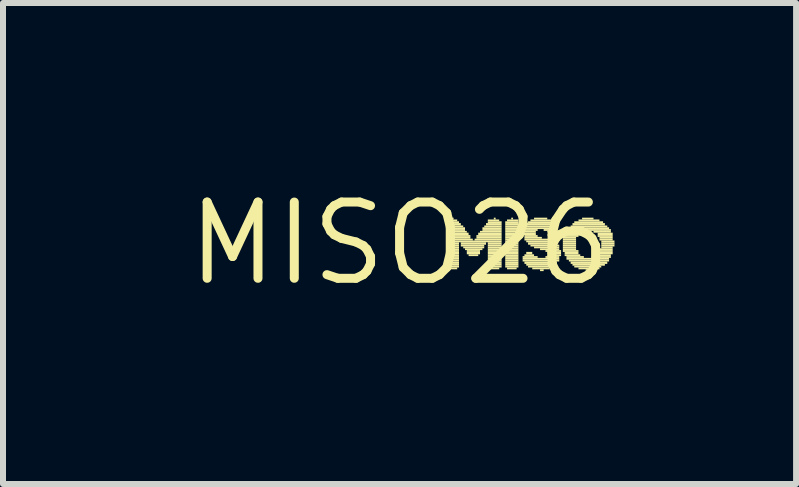
<source format=kicad_pcb>
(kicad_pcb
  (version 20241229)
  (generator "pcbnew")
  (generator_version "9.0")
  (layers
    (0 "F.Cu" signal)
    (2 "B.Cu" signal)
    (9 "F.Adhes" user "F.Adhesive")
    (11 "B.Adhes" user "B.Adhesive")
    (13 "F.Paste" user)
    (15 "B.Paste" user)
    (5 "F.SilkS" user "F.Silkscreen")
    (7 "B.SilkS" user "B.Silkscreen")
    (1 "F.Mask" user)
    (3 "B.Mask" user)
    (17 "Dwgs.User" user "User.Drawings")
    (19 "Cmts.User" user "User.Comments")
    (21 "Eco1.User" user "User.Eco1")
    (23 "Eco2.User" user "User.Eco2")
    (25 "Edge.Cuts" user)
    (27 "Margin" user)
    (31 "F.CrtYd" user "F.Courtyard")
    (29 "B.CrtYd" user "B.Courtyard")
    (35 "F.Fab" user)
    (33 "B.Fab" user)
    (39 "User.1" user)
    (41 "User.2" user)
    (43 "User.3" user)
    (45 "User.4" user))
  (footprint "MISO26"
    (layer "F.Cu")
    (at 3.606 1.006)
    (property "Reference" "MISO26" (at 0 0 0) (layer "F.SilkS") (effects (font (size 1.27 1.27) (thickness 0.15))))
    (fp_poly (pts (xy 0.77 -0.34) (xy 0.99 -0.34) (xy 0.99 -0.37) (xy 0.77 -0.37)) (stroke (width 0) (type default)) (fill yes) (layer "F.SilkS"))
    (fp_poly (pts (xy 0.77 -0.3) (xy 1.02 -0.3) (xy 1.02 -0.34) (xy 0.77 -0.34)) (stroke (width 0) (type default)) (fill yes) (layer "F.SilkS"))
    (fp_poly (pts (xy 0.77 -0.27) (xy 1.06 -0.27) (xy 1.06 -0.3) (xy 0.77 -0.3)) (stroke (width 0) (type default)) (fill yes) (layer "F.SilkS"))
    (fp_poly (pts (xy 0.77 -0.24) (xy 1.09 -0.24) (xy 1.09 -0.27) (xy 0.77 -0.27)) (stroke (width 0) (type default)) (fill yes) (layer "F.SilkS"))
    (fp_poly (pts (xy 0.77 -0.21) (xy 1.09 -0.21) (xy 1.09 -0.24) (xy 0.77 -0.24)) (stroke (width 0) (type default)) (fill yes) (layer "F.SilkS"))
    (fp_poly (pts (xy 0.77 -0.18) (xy 1.12 -0.18) (xy 1.12 -0.21) (xy 0.77 -0.21)) (stroke (width 0) (type default)) (fill yes) (layer "F.SilkS"))
    (fp_poly (pts (xy 0.77 -0.14) (xy 1.15 -0.14) (xy 1.15 -0.18) (xy 0.77 -0.18)) (stroke (width 0) (type default)) (fill yes) (layer "F.SilkS"))
    (fp_poly (pts (xy 0.77 -0.11) (xy 1.18 -0.11) (xy 1.18 -0.14) (xy 0.77 -0.14)) (stroke (width 0) (type default)) (fill yes) (layer "F.SilkS"))
    (fp_poly (pts (xy 0.77 -0.08) (xy 1.18 -0.08) (xy 1.18 -0.11) (xy 0.77 -0.11)) (stroke (width 0) (type default)) (fill yes) (layer "F.SilkS"))
    (fp_poly (pts (xy 0.77 -0.05) (xy 1.22 -0.05) (xy 1.22 -0.08) (xy 0.77 -0.08)) (stroke (width 0) (type default)) (fill yes) (layer "F.SilkS"))
    (fp_poly (pts (xy 0.77 -0.02) (xy 1.7 -0.02) (xy 1.7 -0.05) (xy 0.77 -0.05)) (stroke (width 0) (type default)) (fill yes) (layer "F.SilkS"))
    (fp_poly (pts (xy 0.77 0.02) (xy 0.99 0.02) (xy 0.99 -0.02) (xy 0.77 -0.02)) (stroke (width 0) (type default)) (fill yes) (layer "F.SilkS"))
    (fp_poly (pts (xy 0.77 0.05) (xy 0.99 0.05) (xy 0.99 0.02) (xy 0.77 0.02)) (stroke (width 0) (type default)) (fill yes) (layer "F.SilkS"))
    (fp_poly (pts (xy 0.77 0.08) (xy 0.99 0.08) (xy 0.99 0.05) (xy 0.77 0.05)) (stroke (width 0) (type default)) (fill yes) (layer "F.SilkS"))
    (fp_poly (pts (xy 0.77 0.11) (xy 0.99 0.11) (xy 0.99 0.08) (xy 0.77 0.08)) (stroke (width 0) (type default)) (fill yes) (layer "F.SilkS"))
    (fp_poly (pts (xy 0.77 0.14) (xy 0.99 0.14) (xy 0.99 0.11) (xy 0.77 0.11)) (stroke (width 0) (type default)) (fill yes) (layer "F.SilkS"))
    (fp_poly (pts (xy 0.77 0.18) (xy 0.99 0.18) (xy 0.99 0.14) (xy 0.77 0.14)) (stroke (width 0) (type default)) (fill yes) (layer "F.SilkS"))
    (fp_poly (pts (xy 0.77 0.21) (xy 0.99 0.21) (xy 0.99 0.18) (xy 0.77 0.18)) (stroke (width 0) (type default)) (fill yes) (layer "F.SilkS"))
    (fp_poly (pts (xy 0.77 0.24) (xy 0.99 0.24) (xy 0.99 0.21) (xy 0.77 0.21)) (stroke (width 0) (type default)) (fill yes) (layer "F.SilkS"))
    (fp_poly (pts (xy 0.77 0.27) (xy 0.99 0.27) (xy 0.99 0.24) (xy 0.77 0.24)) (stroke (width 0) (type default)) (fill yes) (layer "F.SilkS"))
    (fp_poly (pts (xy 0.77 0.3) (xy 0.99 0.3) (xy 0.99 0.27) (xy 0.77 0.27)) (stroke (width 0) (type default)) (fill yes) (layer "F.SilkS"))
    (fp_poly (pts (xy 0.77 0.34) (xy 0.99 0.34) (xy 0.99 0.3) (xy 0.77 0.3)) (stroke (width 0) (type default)) (fill yes) (layer "F.SilkS"))
    (fp_poly (pts (xy 0.77 0.37) (xy 0.99 0.37) (xy 0.99 0.34) (xy 0.77 0.34)) (stroke (width 0) (type default)) (fill yes) (layer "F.SilkS"))
    (fp_poly (pts (xy 0.77 0.4) (xy 0.99 0.4) (xy 0.99 0.37) (xy 0.77 0.37)) (stroke (width 0) (type default)) (fill yes) (layer "F.SilkS"))
    (fp_poly (pts (xy 0.8 -0.37) (xy 0.96 -0.37) (xy 0.96 -0.4) (xy 0.8 -0.4)) (stroke (width 0) (type default)) (fill yes) (layer "F.SilkS"))
    (fp_poly (pts (xy 0.8 0.43) (xy 0.96 0.43) (xy 0.96 0.4) (xy 0.8 0.4)) (stroke (width 0) (type default)) (fill yes) (layer "F.SilkS"))
    (fp_poly (pts (xy 0.86 -0.4) (xy 0.9 -0.4) (xy 0.9 -0.43) (xy 0.86 -0.43)) (stroke (width 0) (type default)) (fill yes) (layer "F.SilkS"))
    (fp_poly (pts (xy 1.02 0.02) (xy 1.44 0.02) (xy 1.44 -0.02) (xy 1.02 -0.02)) (stroke (width 0) (type default)) (fill yes) (layer "F.SilkS"))
    (fp_poly (pts (xy 1.02 0.05) (xy 1.41 0.05) (xy 1.41 0.02) (xy 1.02 0.02)) (stroke (width 0) (type default)) (fill yes) (layer "F.SilkS"))
    (fp_poly (pts (xy 1.06 0.08) (xy 1.41 0.08) (xy 1.41 0.05) (xy 1.06 0.05)) (stroke (width 0) (type default)) (fill yes) (layer "F.SilkS"))
    (fp_poly (pts (xy 1.09 0.11) (xy 1.38 0.11) (xy 1.38 0.08) (xy 1.09 0.08)) (stroke (width 0) (type default)) (fill yes) (layer "F.SilkS"))
    (fp_poly (pts (xy 1.12 0.14) (xy 1.34 0.14) (xy 1.34 0.11) (xy 1.12 0.11)) (stroke (width 0) (type default)) (fill yes) (layer "F.SilkS"))
    (fp_poly (pts (xy 1.12 0.18) (xy 1.34 0.18) (xy 1.34 0.14) (xy 1.12 0.14)) (stroke (width 0) (type default)) (fill yes) (layer "F.SilkS"))
    (fp_poly (pts (xy 1.15 0.21) (xy 1.31 0.21) (xy 1.31 0.18) (xy 1.15 0.18)) (stroke (width 0) (type default)) (fill yes) (layer "F.SilkS"))
    (fp_poly (pts (xy 1.25 -0.05) (xy 1.7 -0.05) (xy 1.7 -0.08) (xy 1.25 -0.08)) (stroke (width 0) (type default)) (fill yes) (layer "F.SilkS"))
    (fp_poly (pts (xy 1.28 -0.11) (xy 1.7 -0.11) (xy 1.7 -0.14) (xy 1.28 -0.14)) (stroke (width 0) (type default)) (fill yes) (layer "F.SilkS"))
    (fp_poly (pts (xy 1.28 -0.08) (xy 1.7 -0.08) (xy 1.7 -0.11) (xy 1.28 -0.11)) (stroke (width 0) (type default)) (fill yes) (layer "F.SilkS"))
    (fp_poly (pts (xy 1.31 -0.14) (xy 1.7 -0.14) (xy 1.7 -0.18) (xy 1.31 -0.18)) (stroke (width 0) (type default)) (fill yes) (layer "F.SilkS"))
    (fp_poly (pts (xy 1.34 -0.18) (xy 1.7 -0.18) (xy 1.7 -0.21) (xy 1.34 -0.21)) (stroke (width 0) (type default)) (fill yes) (layer "F.SilkS"))
    (fp_poly (pts (xy 1.38 -0.24) (xy 1.7 -0.24) (xy 1.7 -0.27) (xy 1.38 -0.27)) (stroke (width 0) (type default)) (fill yes) (layer "F.SilkS"))
    (fp_poly (pts (xy 1.38 -0.21) (xy 1.7 -0.21) (xy 1.7 -0.24) (xy 1.38 -0.24)) (stroke (width 0) (type default)) (fill yes) (layer "F.SilkS"))
    (fp_poly (pts (xy 1.41 -0.27) (xy 1.7 -0.27) (xy 1.7 -0.3) (xy 1.41 -0.3)) (stroke (width 0) (type default)) (fill yes) (layer "F.SilkS"))
    (fp_poly (pts (xy 1.44 -0.3) (xy 1.7 -0.3) (xy 1.7 -0.34) (xy 1.44 -0.34)) (stroke (width 0) (type default)) (fill yes) (layer "F.SilkS"))
    (fp_poly (pts (xy 1.47 -0.37) (xy 1.66 -0.37) (xy 1.66 -0.4) (xy 1.47 -0.4)) (stroke (width 0) (type default)) (fill yes) (layer "F.SilkS"))
    (fp_poly (pts (xy 1.47 -0.34) (xy 1.7 -0.34) (xy 1.7 -0.37) (xy 1.47 -0.37)) (stroke (width 0) (type default)) (fill yes) (layer "F.SilkS"))
    (fp_poly (pts (xy 1.47 0.02) (xy 1.7 0.02) (xy 1.7 -0.02) (xy 1.47 -0.02)) (stroke (width 0) (type default)) (fill yes) (layer "F.SilkS"))
    (fp_poly (pts (xy 1.47 0.05) (xy 1.7 0.05) (xy 1.7 0.02) (xy 1.47 0.02)) (stroke (width 0) (type default)) (fill yes) (layer "F.SilkS"))
    (fp_poly (pts (xy 1.47 0.08) (xy 1.7 0.08) (xy 1.7 0.05) (xy 1.47 0.05)) (stroke (width 0) (type default)) (fill yes) (layer "F.SilkS"))
    (fp_poly (pts (xy 1.47 0.11) (xy 1.7 0.11) (xy 1.7 0.08) (xy 1.47 0.08)) (stroke (width 0) (type default)) (fill yes) (layer "F.SilkS"))
    (fp_poly (pts (xy 1.47 0.14) (xy 1.7 0.14) (xy 1.7 0.11) (xy 1.47 0.11)) (stroke (width 0) (type default)) (fill yes) (layer "F.SilkS"))
    (fp_poly (pts (xy 1.47 0.18) (xy 1.7 0.18) (xy 1.7 0.14) (xy 1.47 0.14)) (stroke (width 0) (type default)) (fill yes) (layer "F.SilkS"))
    (fp_poly (pts (xy 1.47 0.21) (xy 1.7 0.21) (xy 1.7 0.18) (xy 1.47 0.18)) (stroke (width 0) (type default)) (fill yes) (layer "F.SilkS"))
    (fp_poly (pts (xy 1.47 0.24) (xy 1.7 0.24) (xy 1.7 0.21) (xy 1.47 0.21)) (stroke (width 0) (type default)) (fill yes) (layer "F.SilkS"))
    (fp_poly (pts (xy 1.47 0.27) (xy 1.7 0.27) (xy 1.7 0.24) (xy 1.47 0.24)) (stroke (width 0) (type default)) (fill yes) (layer "F.SilkS"))
    (fp_poly (pts (xy 1.47 0.3) (xy 1.7 0.3) (xy 1.7 0.27) (xy 1.47 0.27)) (stroke (width 0) (type default)) (fill yes) (layer "F.SilkS"))
    (fp_poly (pts (xy 1.47 0.34) (xy 1.7 0.34) (xy 1.7 0.3) (xy 1.47 0.3)) (stroke (width 0) (type default)) (fill yes) (layer "F.SilkS"))
    (fp_poly (pts (xy 1.47 0.37) (xy 1.7 0.37) (xy 1.7 0.34) (xy 1.47 0.34)) (stroke (width 0) (type default)) (fill yes) (layer "F.SilkS"))
    (fp_poly (pts (xy 1.47 0.4) (xy 1.7 0.4) (xy 1.7 0.37) (xy 1.47 0.37)) (stroke (width 0) (type default)) (fill yes) (layer "F.SilkS"))
    (fp_poly (pts (xy 1.5 0.43) (xy 1.66 0.43) (xy 1.66 0.4) (xy 1.5 0.4)) (stroke (width 0) (type default)) (fill yes) (layer "F.SilkS"))
    (fp_poly (pts (xy 1.57 -0.4) (xy 1.6 -0.4) (xy 1.6 -0.43) (xy 1.57 -0.43)) (stroke (width 0) (type default)) (fill yes) (layer "F.SilkS"))
    (fp_poly (pts (xy 1.76 -0.34) (xy 1.98 -0.34) (xy 1.98 -0.37) (xy 1.76 -0.37)) (stroke (width 0) (type default)) (fill yes) (layer "F.SilkS"))
    (fp_poly (pts (xy 1.76 -0.3) (xy 1.98 -0.3) (xy 1.98 -0.34) (xy 1.76 -0.34)) (stroke (width 0) (type default)) (fill yes) (layer "F.SilkS"))
    (fp_poly (pts (xy 1.76 -0.27) (xy 1.98 -0.27) (xy 1.98 -0.3) (xy 1.76 -0.3)) (stroke (width 0) (type default)) (fill yes) (layer "F.SilkS"))
    (fp_poly (pts (xy 1.76 -0.24) (xy 1.98 -0.24) (xy 1.98 -0.27) (xy 1.76 -0.27)) (stroke (width 0) (type default)) (fill yes) (layer "F.SilkS"))
    (fp_poly (pts (xy 1.76 -0.21) (xy 1.98 -0.21) (xy 1.98 -0.24) (xy 1.76 -0.24)) (stroke (width 0) (type default)) (fill yes) (layer "F.SilkS"))
    (fp_poly (pts (xy 1.76 -0.18) (xy 1.98 -0.18) (xy 1.98 -0.21) (xy 1.76 -0.21)) (stroke (width 0) (type default)) (fill yes) (layer "F.SilkS"))
    (fp_poly (pts (xy 1.76 -0.14) (xy 1.98 -0.14) (xy 1.98 -0.18) (xy 1.76 -0.18)) (stroke (width 0) (type default)) (fill yes) (layer "F.SilkS"))
    (fp_poly (pts (xy 1.76 -0.11) (xy 1.98 -0.11) (xy 1.98 -0.14) (xy 1.76 -0.14)) (stroke (width 0) (type default)) (fill yes) (layer "F.SilkS"))
    (fp_poly (pts (xy 1.76 -0.08) (xy 1.98 -0.08) (xy 1.98 -0.11) (xy 1.76 -0.11)) (stroke (width 0) (type default)) (fill yes) (layer "F.SilkS"))
    (fp_poly (pts (xy 1.76 -0.05) (xy 1.98 -0.05) (xy 1.98 -0.08) (xy 1.76 -0.08)) (stroke (width 0) (type default)) (fill yes) (layer "F.SilkS"))
    (fp_poly (pts (xy 1.76 -0.02) (xy 1.98 -0.02) (xy 1.98 -0.05) (xy 1.76 -0.05)) (stroke (width 0) (type default)) (fill yes) (layer "F.SilkS"))
    (fp_poly (pts (xy 1.76 0.02) (xy 1.98 0.02) (xy 1.98 -0.02) (xy 1.76 -0.02)) (stroke (width 0) (type default)) (fill yes) (layer "F.SilkS"))
    (fp_poly (pts (xy 1.76 0.05) (xy 1.98 0.05) (xy 1.98 0.02) (xy 1.76 0.02)) (stroke (width 0) (type default)) (fill yes) (layer "F.SilkS"))
    (fp_poly (pts (xy 1.76 0.08) (xy 1.98 0.08) (xy 1.98 0.05) (xy 1.76 0.05)) (stroke (width 0) (type default)) (fill yes) (layer "F.SilkS"))
    (fp_poly (pts (xy 1.76 0.11) (xy 1.98 0.11) (xy 1.98 0.08) (xy 1.76 0.08)) (stroke (width 0) (type default)) (fill yes) (layer "F.SilkS"))
    (fp_poly (pts (xy 1.76 0.14) (xy 1.98 0.14) (xy 1.98 0.11) (xy 1.76 0.11)) (stroke (width 0) (type default)) (fill yes) (layer "F.SilkS"))
    (fp_poly (pts (xy 1.76 0.18) (xy 1.98 0.18) (xy 1.98 0.14) (xy 1.76 0.14)) (stroke (width 0) (type default)) (fill yes) (layer "F.SilkS"))
    (fp_poly (pts (xy 1.76 0.21) (xy 1.98 0.21) (xy 1.98 0.18) (xy 1.76 0.18)) (stroke (width 0) (type default)) (fill yes) (layer "F.SilkS"))
    (fp_poly (pts (xy 1.76 0.24) (xy 1.98 0.24) (xy 1.98 0.21) (xy 1.76 0.21)) (stroke (width 0) (type default)) (fill yes) (layer "F.SilkS"))
    (fp_poly (pts (xy 1.76 0.27) (xy 1.98 0.27) (xy 1.98 0.24) (xy 1.76 0.24)) (stroke (width 0) (type default)) (fill yes) (layer "F.SilkS"))
    (fp_poly (pts (xy 1.76 0.3) (xy 1.98 0.3) (xy 1.98 0.27) (xy 1.76 0.27)) (stroke (width 0) (type default)) (fill yes) (layer "F.SilkS"))
    (fp_poly (pts (xy 1.76 0.34) (xy 1.98 0.34) (xy 1.98 0.3) (xy 1.76 0.3)) (stroke (width 0) (type default)) (fill yes) (layer "F.SilkS"))
    (fp_poly (pts (xy 1.76 0.37) (xy 1.98 0.37) (xy 1.98 0.34) (xy 1.76 0.34)) (stroke (width 0) (type default)) (fill yes) (layer "F.SilkS"))
    (fp_poly (pts (xy 1.76 0.4) (xy 1.98 0.4) (xy 1.98 0.37) (xy 1.76 0.37)) (stroke (width 0) (type default)) (fill yes) (layer "F.SilkS"))
    (fp_poly (pts (xy 1.79 -0.37) (xy 1.98 -0.37) (xy 1.98 -0.4) (xy 1.79 -0.4)) (stroke (width 0) (type default)) (fill yes) (layer "F.SilkS"))
    (fp_poly (pts (xy 1.79 0.43) (xy 1.95 0.43) (xy 1.95 0.4) (xy 1.79 0.4)) (stroke (width 0) (type default)) (fill yes) (layer "F.SilkS"))
    (fp_poly (pts (xy 1.86 -0.4) (xy 1.89 -0.4) (xy 1.89 -0.43) (xy 1.86 -0.43)) (stroke (width 0) (type default)) (fill yes) (layer "F.SilkS"))
    (fp_poly (pts (xy 2.05 -0.14) (xy 2.27 -0.14) (xy 2.27 -0.18) (xy 2.05 -0.18)) (stroke (width 0) (type default)) (fill yes) (layer "F.SilkS"))
    (fp_poly (pts (xy 2.05 0.24) (xy 2.3 0.24) (xy 2.3 0.21) (xy 2.05 0.21)) (stroke (width 0) (type default)) (fill yes) (layer "F.SilkS"))
    (fp_poly (pts (xy 2.05 0.27) (xy 2.66 0.27) (xy 2.66 0.24) (xy 2.05 0.24)) (stroke (width 0) (type default)) (fill yes) (layer "F.SilkS"))
    (fp_poly (pts (xy 2.05 0.3) (xy 2.66 0.3) (xy 2.66 0.27) (xy 2.05 0.27)) (stroke (width 0) (type default)) (fill yes) (layer "F.SilkS"))
    (fp_poly (pts (xy 2.08 -0.27) (xy 2.62 -0.27) (xy 2.62 -0.3) (xy 2.08 -0.3)) (stroke (width 0) (type default)) (fill yes) (layer "F.SilkS"))
    (fp_poly (pts (xy 2.08 -0.24) (xy 2.62 -0.24) (xy 2.62 -0.27) (xy 2.08 -0.27)) (stroke (width 0) (type default)) (fill yes) (layer "F.SilkS"))
    (fp_poly (pts (xy 2.08 -0.21) (xy 2.3 -0.21) (xy 2.3 -0.24) (xy 2.08 -0.24)) (stroke (width 0) (type default)) (fill yes) (layer "F.SilkS"))
    (fp_poly (pts (xy 2.08 -0.18) (xy 2.27 -0.18) (xy 2.27 -0.21) (xy 2.08 -0.21)) (stroke (width 0) (type default)) (fill yes) (layer "F.SilkS"))
    (fp_poly (pts (xy 2.08 -0.11) (xy 2.3 -0.11) (xy 2.3 -0.14) (xy 2.08 -0.14)) (stroke (width 0) (type default)) (fill yes) (layer "F.SilkS"))
    (fp_poly (pts (xy 2.08 -0.08) (xy 2.37 -0.08) (xy 2.37 -0.11) (xy 2.08 -0.11)) (stroke (width 0) (type default)) (fill yes) (layer "F.SilkS"))
    (fp_poly (pts (xy 2.08 -0.05) (xy 2.5 -0.05) (xy 2.5 -0.08) (xy 2.08 -0.08)) (stroke (width 0) (type default)) (fill yes) (layer "F.SilkS"))
    (fp_poly (pts (xy 2.08 0.21) (xy 2.24 0.21) (xy 2.24 0.18) (xy 2.08 0.18)) (stroke (width 0) (type default)) (fill yes) (layer "F.SilkS"))
    (fp_poly (pts (xy 2.08 0.34) (xy 2.62 0.34) (xy 2.62 0.3) (xy 2.08 0.3)) (stroke (width 0) (type default)) (fill yes) (layer "F.SilkS"))
    (fp_poly (pts (xy 2.11 -0.3) (xy 2.62 -0.3) (xy 2.62 -0.34) (xy 2.11 -0.34)) (stroke (width 0) (type default)) (fill yes) (layer "F.SilkS"))
    (fp_poly (pts (xy 2.11 -0.02) (xy 2.59 -0.02) (xy 2.59 -0.05) (xy 2.11 -0.05)) (stroke (width 0) (type default)) (fill yes) (layer "F.SilkS"))
    (fp_poly (pts (xy 2.11 0.18) (xy 2.21 0.18) (xy 2.21 0.14) (xy 2.11 0.14)) (stroke (width 0) (type default)) (fill yes) (layer "F.SilkS"))
    (fp_poly (pts (xy 2.11 0.37) (xy 2.59 0.37) (xy 2.59 0.34) (xy 2.11 0.34)) (stroke (width 0) (type default)) (fill yes) (layer "F.SilkS"))
    (fp_poly (pts (xy 2.14 -0.34) (xy 2.59 -0.34) (xy 2.59 -0.37) (xy 2.14 -0.37)) (stroke (width 0) (type default)) (fill yes) (layer "F.SilkS"))
    (fp_poly (pts (xy 2.14 0.02) (xy 2.62 0.02) (xy 2.62 -0.02) (xy 2.14 -0.02)) (stroke (width 0) (type default)) (fill yes) (layer "F.SilkS"))
    (fp_poly (pts (xy 2.14 0.4) (xy 2.56 0.4) (xy 2.56 0.37) (xy 2.14 0.37)) (stroke (width 0) (type default)) (fill yes) (layer "F.SilkS"))
    (fp_poly (pts (xy 2.18 -0.37) (xy 2.56 -0.37) (xy 2.56 -0.4) (xy 2.18 -0.4)) (stroke (width 0) (type default)) (fill yes) (layer "F.SilkS"))
    (fp_poly (pts (xy 2.18 0.05) (xy 2.66 0.05) (xy 2.66 0.02) (xy 2.18 0.02)) (stroke (width 0) (type default)) (fill yes) (layer "F.SilkS"))
    (fp_poly (pts (xy 2.21 0.43) (xy 2.5 0.43) (xy 2.5 0.4) (xy 2.21 0.4)) (stroke (width 0) (type default)) (fill yes) (layer "F.SilkS"))
    (fp_poly (pts (xy 2.24 -0.4) (xy 2.46 -0.4) (xy 2.46 -0.43) (xy 2.24 -0.43)) (stroke (width 0) (type default)) (fill yes) (layer "F.SilkS"))
    (fp_poly (pts (xy 2.24 0.08) (xy 2.66 0.08) (xy 2.66 0.05) (xy 2.24 0.05)) (stroke (width 0) (type default)) (fill yes) (layer "F.SilkS"))
    (fp_poly (pts (xy 2.34 0.11) (xy 2.66 0.11) (xy 2.66 0.08) (xy 2.34 0.08)) (stroke (width 0) (type default)) (fill yes) (layer "F.SilkS"))
    (fp_poly (pts (xy 2.34 0.46) (xy 2.4 0.46) (xy 2.4 0.43) (xy 2.34 0.43)) (stroke (width 0) (type default)) (fill yes) (layer "F.SilkS"))
    (fp_poly (pts (xy 2.4 -0.21) (xy 2.59 -0.21) (xy 2.59 -0.24) (xy 2.4 -0.24)) (stroke (width 0) (type default)) (fill yes) (layer "F.SilkS"))
    (fp_poly (pts (xy 2.43 0.14) (xy 2.69 0.14) (xy 2.69 0.11) (xy 2.43 0.11)) (stroke (width 0) (type default)) (fill yes) (layer "F.SilkS"))
    (fp_poly (pts (xy 2.43 0.24) (xy 2.66 0.24) (xy 2.66 0.21) (xy 2.43 0.21)) (stroke (width 0) (type default)) (fill yes) (layer "F.SilkS"))
    (fp_poly (pts (xy 2.46 -0.18) (xy 2.56 -0.18) (xy 2.56 -0.21) (xy 2.46 -0.21)) (stroke (width 0) (type default)) (fill yes) (layer "F.SilkS"))
    (fp_poly (pts (xy 2.46 0.18) (xy 2.69 0.18) (xy 2.69 0.14) (xy 2.46 0.14)) (stroke (width 0) (type default)) (fill yes) (layer "F.SilkS"))
    (fp_poly (pts (xy 2.46 0.21) (xy 2.69 0.21) (xy 2.69 0.18) (xy 2.46 0.18)) (stroke (width 0) (type default)) (fill yes) (layer "F.SilkS"))
    (fp_poly (pts (xy 2.72 -0.08) (xy 2.94 -0.08) (xy 2.94 -0.11) (xy 2.72 -0.11)) (stroke (width 0) (type default)) (fill yes) (layer "F.SilkS"))
    (fp_poly (pts (xy 2.72 -0.05) (xy 2.94 -0.05) (xy 2.94 -0.08) (xy 2.72 -0.08)) (stroke (width 0) (type default)) (fill yes) (layer "F.SilkS"))
    (fp_poly (pts (xy 2.72 -0.02) (xy 2.94 -0.02) (xy 2.94 -0.05) (xy 2.72 -0.05)) (stroke (width 0) (type default)) (fill yes) (layer "F.SilkS"))
    (fp_poly (pts (xy 2.72 0.02) (xy 2.94 0.02) (xy 2.94 -0.02) (xy 2.72 -0.02)) (stroke (width 0) (type default)) (fill yes) (layer "F.SilkS"))
    (fp_poly (pts (xy 2.72 0.05) (xy 2.94 0.05) (xy 2.94 0.02) (xy 2.72 0.02)) (stroke (width 0) (type default)) (fill yes) (layer "F.SilkS"))
    (fp_poly (pts (xy 2.72 0.08) (xy 2.94 0.08) (xy 2.94 0.05) (xy 2.72 0.05)) (stroke (width 0) (type default)) (fill yes) (layer "F.SilkS"))
    (fp_poly (pts (xy 2.72 0.11) (xy 2.94 0.11) (xy 2.94 0.08) (xy 2.72 0.08)) (stroke (width 0) (type default)) (fill yes) (layer "F.SilkS"))
    (fp_poly (pts (xy 2.72 0.14) (xy 2.98 0.14) (xy 2.98 0.11) (xy 2.72 0.11)) (stroke (width 0) (type default)) (fill yes) (layer "F.SilkS"))
    (fp_poly (pts (xy 2.75 -0.14) (xy 3.01 -0.14) (xy 3.01 -0.18) (xy 2.75 -0.18)) (stroke (width 0) (type default)) (fill yes) (layer "F.SilkS"))
    (fp_poly (pts (xy 2.75 -0.11) (xy 2.98 -0.11) (xy 2.98 -0.14) (xy 2.75 -0.14)) (stroke (width 0) (type default)) (fill yes) (layer "F.SilkS"))
    (fp_poly (pts (xy 2.75 0.18) (xy 2.98 0.18) (xy 2.98 0.14) (xy 2.75 0.14)) (stroke (width 0) (type default)) (fill yes) (layer "F.SilkS"))
    (fp_poly (pts (xy 2.75 0.21) (xy 3.01 0.21) (xy 3.01 0.18) (xy 2.75 0.18)) (stroke (width 0) (type default)) (fill yes) (layer "F.SilkS"))
    (fp_poly (pts (xy 2.78 -0.21) (xy 3.52 -0.21) (xy 3.52 -0.24) (xy 2.78 -0.24)) (stroke (width 0) (type default)) (fill yes) (layer "F.SilkS"))
    (fp_poly (pts (xy 2.78 -0.18) (xy 3.04 -0.18) (xy 3.04 -0.21) (xy 2.78 -0.21)) (stroke (width 0) (type default)) (fill yes) (layer "F.SilkS"))
    (fp_poly (pts (xy 2.78 0.24) (xy 3.07 0.24) (xy 3.07 0.21) (xy 2.78 0.21)) (stroke (width 0) (type default)) (fill yes) (layer "F.SilkS"))
    (fp_poly (pts (xy 2.78 0.27) (xy 3.49 0.27) (xy 3.49 0.24) (xy 2.78 0.24)) (stroke (width 0) (type default)) (fill yes) (layer "F.SilkS"))
    (fp_poly (pts (xy 2.82 -0.24) (xy 3.49 -0.24) (xy 3.49 -0.27) (xy 2.82 -0.27)) (stroke (width 0) (type default)) (fill yes) (layer "F.SilkS"))
    (fp_poly (pts (xy 2.82 0.3) (xy 3.49 0.3) (xy 3.49 0.27) (xy 2.82 0.27)) (stroke (width 0) (type default)) (fill yes) (layer "F.SilkS"))
    (fp_poly (pts (xy 2.85 -0.27) (xy 3.46 -0.27) (xy 3.46 -0.3) (xy 2.85 -0.3)) (stroke (width 0) (type default)) (fill yes) (layer "F.SilkS"))
    (fp_poly (pts (xy 2.85 0.34) (xy 3.46 0.34) (xy 3.46 0.3) (xy 2.85 0.3)) (stroke (width 0) (type default)) (fill yes) (layer "F.SilkS"))
    (fp_poly (pts (xy 2.88 -0.3) (xy 3.42 -0.3) (xy 3.42 -0.34) (xy 2.88 -0.34)) (stroke (width 0) (type default)) (fill yes) (layer "F.SilkS"))
    (fp_poly (pts (xy 2.88 0.37) (xy 3.42 0.37) (xy 3.42 0.34) (xy 2.88 0.34)) (stroke (width 0) (type default)) (fill yes) (layer "F.SilkS"))
    (fp_poly (pts (xy 2.91 -0.34) (xy 3.39 -0.34) (xy 3.39 -0.37) (xy 2.91 -0.37)) (stroke (width 0) (type default)) (fill yes) (layer "F.SilkS"))
    (fp_poly (pts (xy 2.91 0.4) (xy 3.36 0.4) (xy 3.36 0.37) (xy 2.91 0.37)) (stroke (width 0) (type default)) (fill yes) (layer "F.SilkS"))
    (fp_poly (pts (xy 2.98 -0.37) (xy 3.33 -0.37) (xy 3.33 -0.4) (xy 2.98 -0.4)) (stroke (width 0) (type default)) (fill yes) (layer "F.SilkS"))
    (fp_poly (pts (xy 2.98 0.43) (xy 3.33 0.43) (xy 3.33 0.4) (xy 2.98 0.4)) (stroke (width 0) (type default)) (fill yes) (layer "F.SilkS"))
    (fp_poly (pts (xy 3.04 -0.4) (xy 3.23 -0.4) (xy 3.23 -0.43) (xy 3.04 -0.43)) (stroke (width 0) (type default)) (fill yes) (layer "F.SilkS"))
    (fp_poly (pts (xy 3.1 0.46) (xy 3.2 0.46) (xy 3.2 0.43) (xy 3.1 0.43)) (stroke (width 0) (type default)) (fill yes) (layer "F.SilkS"))
    (fp_poly (pts (xy 3.2 0.24) (xy 3.52 0.24) (xy 3.52 0.21) (xy 3.2 0.21)) (stroke (width 0) (type default)) (fill yes) (layer "F.SilkS"))
    (fp_poly (pts (xy 3.23 -0.18) (xy 3.52 -0.18) (xy 3.52 -0.21) (xy 3.23 -0.21)) (stroke (width 0) (type default)) (fill yes) (layer "F.SilkS"))
    (fp_poly (pts (xy 3.26 0.21) (xy 3.52 0.21) (xy 3.52 0.18) (xy 3.26 0.18)) (stroke (width 0) (type default)) (fill yes) (layer "F.SilkS"))
    (fp_poly (pts (xy 3.3 -0.14) (xy 3.55 -0.14) (xy 3.55 -0.18) (xy 3.3 -0.18)) (stroke (width 0) (type default)) (fill yes) (layer "F.SilkS"))
    (fp_poly (pts (xy 3.3 -0.11) (xy 3.55 -0.11) (xy 3.55 -0.14) (xy 3.3 -0.14)) (stroke (width 0) (type default)) (fill yes) (layer "F.SilkS"))
    (fp_poly (pts (xy 3.3 0.18) (xy 3.55 0.18) (xy 3.55 0.14) (xy 3.3 0.14)) (stroke (width 0) (type default)) (fill yes) (layer "F.SilkS"))
    (fp_poly (pts (xy 3.33 -0.08) (xy 3.55 -0.08) (xy 3.55 -0.11) (xy 3.33 -0.11)) (stroke (width 0) (type default)) (fill yes) (layer "F.SilkS"))
    (fp_poly (pts (xy 3.33 -0.05) (xy 3.55 -0.05) (xy 3.55 -0.08) (xy 3.33 -0.08)) (stroke (width 0) (type default)) (fill yes) (layer "F.SilkS"))
    (fp_poly (pts (xy 3.33 0.11) (xy 3.55 0.11) (xy 3.55 0.08) (xy 3.33 0.08)) (stroke (width 0) (type default)) (fill yes) (layer "F.SilkS"))
    (fp_poly (pts (xy 3.33 0.14) (xy 3.55 0.14) (xy 3.55 0.11) (xy 3.33 0.11)) (stroke (width 0) (type default)) (fill yes) (layer "F.SilkS"))
    (fp_poly (pts (xy 3.36 -0.02) (xy 3.58 -0.02) (xy 3.58 -0.05) (xy 3.36 -0.05)) (stroke (width 0) (type default)) (fill yes) (layer "F.SilkS"))
    (fp_poly (pts (xy 3.36 0.02) (xy 3.58 0.02) (xy 3.58 -0.02) (xy 3.36 -0.02)) (stroke (width 0) (type default)) (fill yes) (layer "F.SilkS"))
    (fp_poly (pts (xy 3.36 0.05) (xy 3.58 0.05) (xy 3.58 0.02) (xy 3.36 0.02)) (stroke (width 0) (type default)) (fill yes) (layer "F.SilkS"))
    (fp_poly (pts (xy 3.36 0.08) (xy 3.55 0.08) (xy 3.55 0.05) (xy 3.36 0.05)) (stroke (width 0) (type default)) (fill yes) (layer "F.SilkS")))
  (gr_rect
    (start -3 -3)
    (end 10.211 5.012)
    (stroke (width 0.1) (type default))
    (fill no)
    (layer "Edge.Cuts")))
</source>
